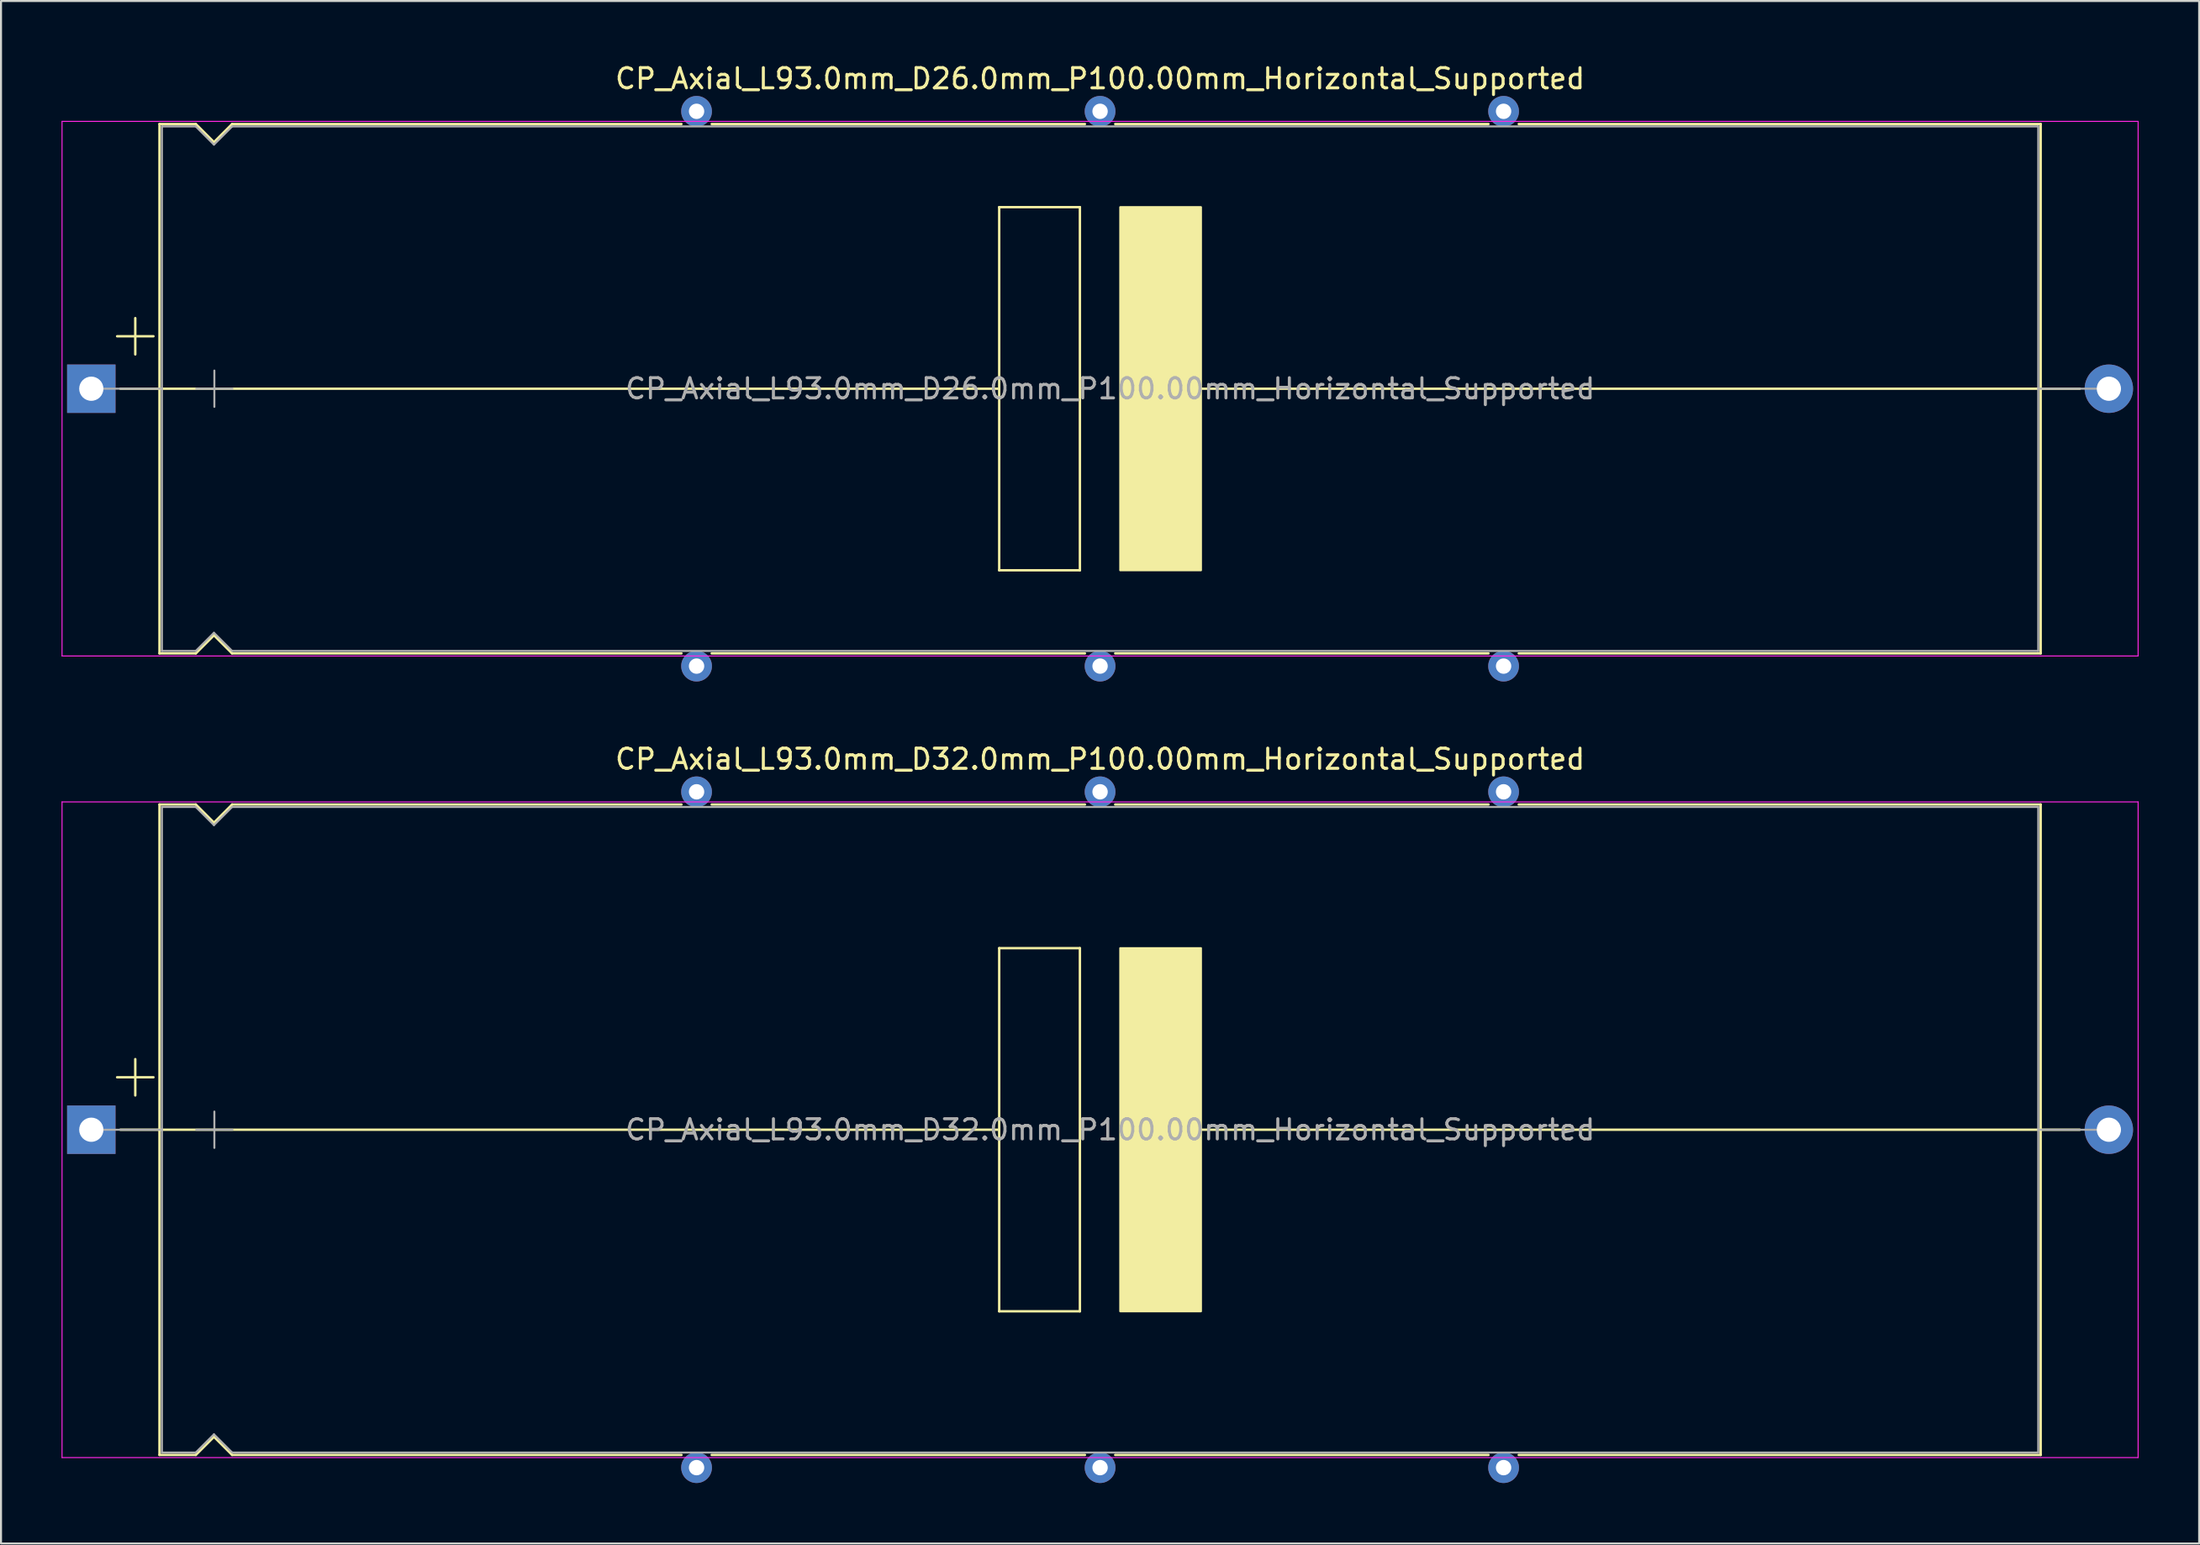
<source format=kicad_pcb>
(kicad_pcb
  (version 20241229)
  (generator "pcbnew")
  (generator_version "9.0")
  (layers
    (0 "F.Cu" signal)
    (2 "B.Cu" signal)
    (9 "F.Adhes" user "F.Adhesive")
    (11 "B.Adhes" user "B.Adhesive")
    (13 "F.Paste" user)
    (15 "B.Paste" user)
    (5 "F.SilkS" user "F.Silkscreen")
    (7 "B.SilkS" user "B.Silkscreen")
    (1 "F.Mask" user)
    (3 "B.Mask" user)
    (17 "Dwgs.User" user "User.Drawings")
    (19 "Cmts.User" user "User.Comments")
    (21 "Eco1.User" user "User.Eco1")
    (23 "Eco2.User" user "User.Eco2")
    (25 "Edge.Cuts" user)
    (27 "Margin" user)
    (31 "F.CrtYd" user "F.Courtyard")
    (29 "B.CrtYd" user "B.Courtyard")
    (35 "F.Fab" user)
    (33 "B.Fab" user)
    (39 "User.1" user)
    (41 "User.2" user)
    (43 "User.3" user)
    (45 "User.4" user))
  (footprint "CP_Axial_L93.0mm_D26.0mm_P100.00mm_Horizontal_Supported"
    (layer "F.Cu")
    (at 1.475 16.218)
    (property "Reference" "CP_Axial_L93.0mm_D26.0mm_P100.00mm_Horizontal_Supported" (at 50 -15.37 0) (layer "F.SilkS") (effects (font (size 1 1) (thickness 0.15))))
    (attr through_hole)
    (fp_line (start 1.28 -2.6) (end 3.08 -2.6) (stroke (width 0.12) (type solid)) (layer "F.SilkS"))
    (fp_line (start 1.44 0) (end 3.38 0) (stroke (width 0.12) (type solid)) (layer "F.SilkS"))
    (fp_line (start 2.18 -3.5) (end 2.18 -1.7) (stroke (width 0.12) (type solid)) (layer "F.SilkS"))
    (fp_line (start 3.38 -13.12) (end 3.38 13.12) (stroke (width 0.12) (type solid)) (layer "F.SilkS"))
    (fp_line (start 3.38 -13.12) (end 5.18 -13.12) (stroke (width 0.12) (type solid)) (layer "F.SilkS"))
    (fp_line (start 3.38 0) (end 45 0) (stroke (width 0.12) (type solid)) (layer "F.SilkS"))
    (fp_line (start 3.38 13.12) (end 5.18 13.12) (stroke (width 0.12) (type solid)) (layer "F.SilkS"))
    (fp_line (start 5.18 -13.12) (end 6.08 -12.22) (stroke (width 0.12) (type solid)) (layer "F.SilkS"))
    (fp_line (start 5.18 13.12) (end 6.08 12.22) (stroke (width 0.12) (type solid)) (layer "F.SilkS"))
    (fp_line (start 6.08 -12.22) (end 6.98 -13.12) (stroke (width 0.12) (type solid)) (layer "F.SilkS"))
    (fp_line (start 6.08 12.22) (end 6.98 13.12) (stroke (width 0.12) (type solid)) (layer "F.SilkS"))
    (fp_line (start 6.98 -13.12) (end 29.25 -13.12) (stroke (width 0.12) (type solid)) (layer "F.SilkS"))
    (fp_line (start 6.98 13.12) (end 29.25 13.12) (stroke (width 0.12) (type solid)) (layer "F.SilkS"))
    (fp_line (start 30.75 -13.12) (end 49.25 -13.12) (stroke (width 0.12) (type solid)) (layer "F.SilkS"))
    (fp_line (start 30.75 13.12) (end 49.25 13.12) (stroke (width 0.12) (type solid)) (layer "F.SilkS"))
    (fp_line (start 45 -9) (end 49 -9) (stroke (width 0.12) (type solid)) (layer "F.SilkS"))
    (fp_line (start 45 9) (end 45 -9) (stroke (width 0.12) (type solid)) (layer "F.SilkS"))
    (fp_line (start 49 -9) (end 49 9) (stroke (width 0.12) (type solid)) (layer "F.SilkS"))
    (fp_line (start 49 9) (end 45 9) (stroke (width 0.12) (type solid)) (layer "F.SilkS"))
    (fp_line (start 50.75 -13.12) (end 69.25 -13.12) (stroke (width 0.12) (type solid)) (layer "F.SilkS"))
    (fp_line (start 50.75 13.12) (end 69.25 13.12) (stroke (width 0.12) (type solid)) (layer "F.SilkS"))
    (fp_line (start 54.5 0) (end 96.62 0) (stroke (width 0.12) (type solid)) (layer "F.SilkS"))
    (fp_line (start 70.75 -13.12) (end 96.62 -13.12) (stroke (width 0.12) (type solid)) (layer "F.SilkS"))
    (fp_line (start 70.75 13.12) (end 96.62 13.12) (stroke (width 0.12) (type solid)) (layer "F.SilkS"))
    (fp_line (start 96.62 -13.12) (end 96.62 13.12) (stroke (width 0.12) (type solid)) (layer "F.SilkS"))
    (fp_line (start 98.56 0) (end 96.62 0) (stroke (width 0.12) (type solid)) (layer "F.SilkS"))
    (fp_poly (pts (xy 55 9) (xy 51 9) (xy 51 -9) (xy 55 -9)) (stroke (width 0.1) (type solid)) (fill yes) (layer "F.SilkS"))
    (fp_line (start -1.45 -13.25) (end -1.45 13.25) (stroke (width 0.05) (type solid)) (layer "F.CrtYd"))
    (fp_line (start -1.45 13.25) (end 101.45 13.25) (stroke (width 0.05) (type solid)) (layer "F.CrtYd"))
    (fp_line (start 101.45 -13.25) (end -1.45 -13.25) (stroke (width 0.05) (type solid)) (layer "F.CrtYd"))
    (fp_line (start 101.45 13.25) (end 101.45 -13.25) (stroke (width 0.05) (type solid)) (layer "F.CrtYd"))
    (fp_line (start 0 0) (end 3.5 0) (stroke (width 0.1) (type solid)) (layer "F.Fab"))
    (fp_line (start 3.5 -13) (end 3.5 13) (stroke (width 0.1) (type solid)) (layer "F.Fab"))
    (fp_line (start 3.5 -13) (end 5.18 -13) (stroke (width 0.1) (type solid)) (layer "F.Fab"))
    (fp_line (start 3.5 13) (end 5.18 13) (stroke (width 0.1) (type solid)) (layer "F.Fab"))
    (fp_line (start 5.18 -13) (end 6.08 -12.1) (stroke (width 0.1) (type solid)) (layer "F.Fab"))
    (fp_line (start 5.18 13) (end 6.08 12.1) (stroke (width 0.1) (type solid)) (layer "F.Fab"))
    (fp_line (start 5.2 0) (end 7 0) (stroke (width 0.1) (type solid)) (layer "F.Fab"))
    (fp_line (start 6.08 -12.1) (end 6.98 -13) (stroke (width 0.1) (type solid)) (layer "F.Fab"))
    (fp_line (start 6.08 12.1) (end 6.98 13) (stroke (width 0.1) (type solid)) (layer "F.Fab"))
    (fp_line (start 6.1 -0.9) (end 6.1 0.9) (stroke (width 0.1) (type solid)) (layer "F.Fab"))
    (fp_line (start 6.98 -13) (end 96.5 -13) (stroke (width 0.1) (type solid)) (layer "F.Fab"))
    (fp_line (start 6.98 13) (end 96.5 13) (stroke (width 0.1) (type solid)) (layer "F.Fab"))
    (fp_line (start 96.5 -13) (end 96.5 13) (stroke (width 0.1) (type solid)) (layer "F.Fab"))
    (fp_line (start 100 0) (end 96.5 0) (stroke (width 0.1) (type solid)) (layer "F.Fab"))
    (fp_text user "${REFERENCE}" (at 50.5 0 0) (layer "F.Fab") (effects (font (size 1 1) (thickness 0.15))))
    (pad "" thru_hole circle (at 30 -13.75) (size 1.524 1.524) (drill 0.762) (layers "*.Cu" "*.Mask"))
    (pad "" thru_hole circle (at 30 13.75) (size 1.524 1.524) (drill 0.762) (layers "*.Cu" "*.Mask"))
    (pad "" thru_hole circle (at 50 -13.75) (size 1.524 1.524) (drill 0.762) (layers "*.Cu" "*.Mask"))
    (pad "" thru_hole circle (at 50 13.75) (size 1.524 1.524) (drill 0.762) (layers "*.Cu" "*.Mask"))
    (pad "" thru_hole circle (at 70 -13.75) (size 1.524 1.524) (drill 0.762) (layers "*.Cu" "*.Mask"))
    (pad "" thru_hole circle (at 70 13.75) (size 1.524 1.524) (drill 0.762) (layers "*.Cu" "*.Mask"))
    (pad "1" thru_hole rect (at 0 0) (size 2.4 2.4) (drill 1.2) (layers "*.Cu" "*.Mask"))
    (pad "2" thru_hole oval (at 100 0) (size 2.4 2.4) (drill 1.2) (layers "*.Cu" "*.Mask")))
  (footprint "CP_Axial_L93.0mm_D32.0mm_P100.00mm_Horizontal_Supported"
    (layer "F.Cu")
    (at 1.475 52.949)
    (property "Reference" "CP_Axial_L93.0mm_D32.0mm_P100.00mm_Horizontal_Supported" (at 50 -18.37 0) (layer "F.SilkS") (effects (font (size 1 1) (thickness 0.15))))
    (attr through_hole)
    (fp_line (start 1.28 -2.6) (end 3.08 -2.6) (stroke (width 0.12) (type solid)) (layer "F.SilkS"))
    (fp_line (start 1.44 0) (end 3.38 0) (stroke (width 0.12) (type solid)) (layer "F.SilkS"))
    (fp_line (start 2.18 -3.5) (end 2.18 -1.7) (stroke (width 0.12) (type solid)) (layer "F.SilkS"))
    (fp_line (start 3.38 -16.12) (end 3.38 16.12) (stroke (width 0.12) (type solid)) (layer "F.SilkS"))
    (fp_line (start 3.38 -16.12) (end 5.18 -16.12) (stroke (width 0.12) (type solid)) (layer "F.SilkS"))
    (fp_line (start 3.38 0) (end 45 0) (stroke (width 0.12) (type solid)) (layer "F.SilkS"))
    (fp_line (start 3.38 16.12) (end 5.18 16.12) (stroke (width 0.12) (type solid)) (layer "F.SilkS"))
    (fp_line (start 5.18 -16.12) (end 6.08 -15.22) (stroke (width 0.12) (type solid)) (layer "F.SilkS"))
    (fp_line (start 5.18 16.12) (end 6.08 15.22) (stroke (width 0.12) (type solid)) (layer "F.SilkS"))
    (fp_line (start 6.08 -15.22) (end 6.98 -16.12) (stroke (width 0.12) (type solid)) (layer "F.SilkS"))
    (fp_line (start 6.08 15.22) (end 6.98 16.12) (stroke (width 0.12) (type solid)) (layer "F.SilkS"))
    (fp_line (start 6.98 -16.12) (end 29.25 -16.12) (stroke (width 0.12) (type solid)) (layer "F.SilkS"))
    (fp_line (start 6.98 16.12) (end 29.25 16.12) (stroke (width 0.12) (type solid)) (layer "F.SilkS"))
    (fp_line (start 30.75 -16.12) (end 49.25 -16.12) (stroke (width 0.12) (type solid)) (layer "F.SilkS"))
    (fp_line (start 30.75 16.12) (end 49.25 16.12) (stroke (width 0.12) (type solid)) (layer "F.SilkS"))
    (fp_line (start 45 -9) (end 49 -9) (stroke (width 0.12) (type solid)) (layer "F.SilkS"))
    (fp_line (start 45 9) (end 45 -9) (stroke (width 0.12) (type solid)) (layer "F.SilkS"))
    (fp_line (start 49 -9) (end 49 9) (stroke (width 0.12) (type solid)) (layer "F.SilkS"))
    (fp_line (start 49 9) (end 45 9) (stroke (width 0.12) (type solid)) (layer "F.SilkS"))
    (fp_line (start 50.75 -16.12) (end 69.25 -16.12) (stroke (width 0.12) (type solid)) (layer "F.SilkS"))
    (fp_line (start 50.75 16.12) (end 69.25 16.12) (stroke (width 0.12) (type solid)) (layer "F.SilkS"))
    (fp_line (start 54.5 0) (end 96.62 0) (stroke (width 0.12) (type solid)) (layer "F.SilkS"))
    (fp_line (start 70.75 -16.12) (end 96.62 -16.12) (stroke (width 0.12) (type solid)) (layer "F.SilkS"))
    (fp_line (start 70.75 16.12) (end 96.62 16.12) (stroke (width 0.12) (type solid)) (layer "F.SilkS"))
    (fp_line (start 96.62 -16.12) (end 96.62 16.12) (stroke (width 0.12) (type solid)) (layer "F.SilkS"))
    (fp_line (start 98.56 0) (end 96.62 0) (stroke (width 0.12) (type solid)) (layer "F.SilkS"))
    (fp_poly (pts (xy 55 9) (xy 51 9) (xy 51 -9) (xy 55 -9)) (stroke (width 0.1) (type solid)) (fill yes) (layer "F.SilkS"))
    (fp_line (start -1.45 -16.25) (end -1.45 16.25) (stroke (width 0.05) (type solid)) (layer "F.CrtYd"))
    (fp_line (start -1.45 16.25) (end 101.45 16.25) (stroke (width 0.05) (type solid)) (layer "F.CrtYd"))
    (fp_line (start 101.45 -16.25) (end -1.45 -16.25) (stroke (width 0.05) (type solid)) (layer "F.CrtYd"))
    (fp_line (start 101.45 16.25) (end 101.45 -16.25) (stroke (width 0.05) (type solid)) (layer "F.CrtYd"))
    (fp_line (start 0 0) (end 3.5 0) (stroke (width 0.1) (type solid)) (layer "F.Fab"))
    (fp_line (start 3.5 -16) (end 3.5 16) (stroke (width 0.1) (type solid)) (layer "F.Fab"))
    (fp_line (start 3.5 -16) (end 5.18 -16) (stroke (width 0.1) (type solid)) (layer "F.Fab"))
    (fp_line (start 3.5 16) (end 5.18 16) (stroke (width 0.1) (type solid)) (layer "F.Fab"))
    (fp_line (start 5.18 -16) (end 6.08 -15.1) (stroke (width 0.1) (type solid)) (layer "F.Fab"))
    (fp_line (start 5.18 16) (end 6.08 15.1) (stroke (width 0.1) (type solid)) (layer "F.Fab"))
    (fp_line (start 5.2 0) (end 7 0) (stroke (width 0.1) (type solid)) (layer "F.Fab"))
    (fp_line (start 6.08 -15.1) (end 6.98 -16) (stroke (width 0.1) (type solid)) (layer "F.Fab"))
    (fp_line (start 6.08 15.1) (end 6.98 16) (stroke (width 0.1) (type solid)) (layer "F.Fab"))
    (fp_line (start 6.1 -0.9) (end 6.1 0.9) (stroke (width 0.1) (type solid)) (layer "F.Fab"))
    (fp_line (start 6.98 -16) (end 96.5 -16) (stroke (width 0.1) (type solid)) (layer "F.Fab"))
    (fp_line (start 6.98 16) (end 96.5 16) (stroke (width 0.1) (type solid)) (layer "F.Fab"))
    (fp_line (start 96.5 -16) (end 96.5 16) (stroke (width 0.1) (type solid)) (layer "F.Fab"))
    (fp_line (start 100 0) (end 96.5 0) (stroke (width 0.1) (type solid)) (layer "F.Fab"))
    (fp_text user "${REFERENCE}" (at 50.5 0 0) (layer "F.Fab") (effects (font (size 1 1) (thickness 0.15))))
    (pad "" thru_hole circle (at 30 -16.75) (size 1.524 1.524) (drill 0.762) (layers "*.Cu" "*.Mask"))
    (pad "" thru_hole circle (at 30 16.75) (size 1.524 1.524) (drill 0.762) (layers "*.Cu" "*.Mask"))
    (pad "" thru_hole circle (at 50 -16.75) (size 1.524 1.524) (drill 0.762) (layers "*.Cu" "*.Mask"))
    (pad "" thru_hole circle (at 50 16.75) (size 1.524 1.524) (drill 0.762) (layers "*.Cu" "*.Mask"))
    (pad "" thru_hole circle (at 70 -16.75) (size 1.524 1.524) (drill 0.762) (layers "*.Cu" "*.Mask"))
    (pad "" thru_hole circle (at 70 16.75) (size 1.524 1.524) (drill 0.762) (layers "*.Cu" "*.Mask"))
    (pad "1" thru_hole rect (at 0 0) (size 2.4 2.4) (drill 1.2) (layers "*.Cu" "*.Mask"))
    (pad "2" thru_hole oval (at 100 0) (size 2.4 2.4) (drill 1.2) (layers "*.Cu" "*.Mask")))
  (gr_rect
    (start -3 -3)
    (end 105.95 73.46)
    (stroke (width 0.1) (type default))
    (fill no)
    (layer "Edge.Cuts")))
</source>
